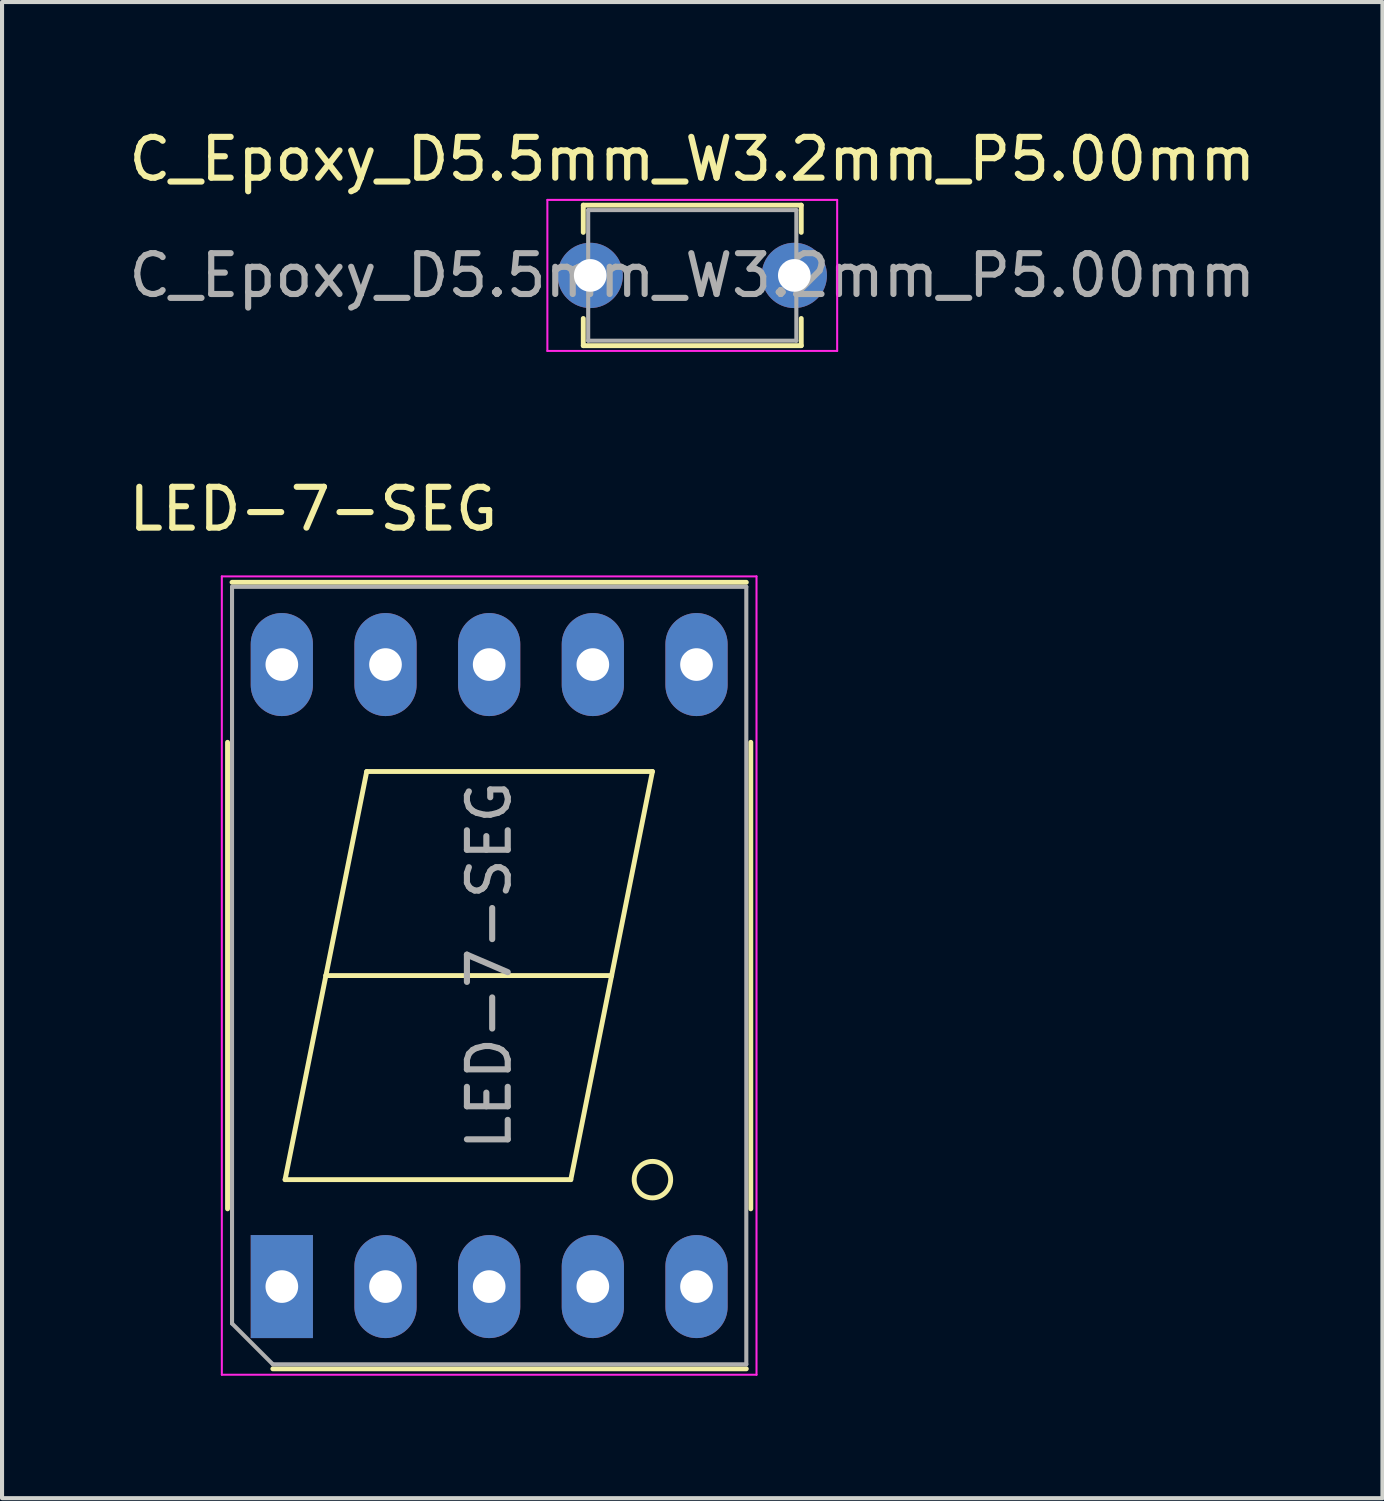
<source format=kicad_pcb>
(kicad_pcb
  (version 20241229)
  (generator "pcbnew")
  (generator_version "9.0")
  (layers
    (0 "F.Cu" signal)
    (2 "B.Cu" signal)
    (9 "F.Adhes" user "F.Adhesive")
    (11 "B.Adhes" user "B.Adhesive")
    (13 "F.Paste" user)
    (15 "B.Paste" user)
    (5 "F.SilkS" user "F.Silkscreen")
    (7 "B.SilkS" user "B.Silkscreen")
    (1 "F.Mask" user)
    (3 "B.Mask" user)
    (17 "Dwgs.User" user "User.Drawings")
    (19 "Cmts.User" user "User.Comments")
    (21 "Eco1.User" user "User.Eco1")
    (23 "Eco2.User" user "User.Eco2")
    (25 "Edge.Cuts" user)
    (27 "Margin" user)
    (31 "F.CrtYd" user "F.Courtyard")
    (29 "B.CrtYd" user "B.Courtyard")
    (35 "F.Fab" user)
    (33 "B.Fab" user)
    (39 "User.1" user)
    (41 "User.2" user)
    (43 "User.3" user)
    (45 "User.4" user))
  (footprint "LED-7-SEG"
    (layer "F.Cu")
    (at 8.435 20.852)
    (property "Reference" "LED-7-SEG" (at -3.81 -11.43 180) (layer "F.SilkS") (effects (font (size 1 1) (thickness 0.15))))
    (attr through_hole)
    (fp_line (start -5.91 5.715) (end -5.91 -5.715) (stroke (width 0.12) (type solid)) (layer "F.SilkS"))
    (fp_line (start -4.8 9.635) (end 6.8 9.635) (stroke (width 0.12) (type solid)) (layer "F.SilkS"))
    (fp_line (start -4.5 5) (end 2.5 5) (stroke (width 0.12) (type solid)) (layer "F.SilkS"))
    (fp_line (start -3.5 0) (end -4.5 5) (stroke (width 0.12) (type solid)) (layer "F.SilkS"))
    (fp_line (start -2.5 -5) (end -3.5 0) (stroke (width 0.12) (type solid)) (layer "F.SilkS"))
    (fp_line (start -2.5 -5) (end 4.5 -5) (stroke (width 0.12) (type solid)) (layer "F.SilkS"))
    (fp_line (start 2.5 5) (end 3.5 0) (stroke (width 0.12) (type solid)) (layer "F.SilkS"))
    (fp_line (start 3.5 0) (end -3.5 0) (stroke (width 0.12) (type solid)) (layer "F.SilkS"))
    (fp_line (start 4.5 -5) (end 3.5 0) (stroke (width 0.12) (type solid)) (layer "F.SilkS"))
    (fp_line (start 6.8 -9.635) (end -5.8 -9.635) (stroke (width 0.12) (type solid)) (layer "F.SilkS"))
    (fp_line (start 6.91 5.715) (end 6.91 -5.715) (stroke (width 0.12) (type solid)) (layer "F.SilkS"))
    (fp_circle (center 4.5 5) (end 4.5 4.553) (stroke (width 0.12) (type solid)) (fill no) (layer "F.SilkS"))
    (fp_line (start -6.05 -9.78) (end 7.05 -9.78) (stroke (width 0.05) (type solid)) (layer "F.CrtYd"))
    (fp_line (start -6.05 9.78) (end -6.05 -9.78) (stroke (width 0.05) (type solid)) (layer "F.CrtYd"))
    (fp_line (start -6.05 9.78) (end 7.05 9.78) (stroke (width 0.05) (type solid)) (layer "F.CrtYd"))
    (fp_line (start 7.05 9.78) (end 7.05 -9.78) (stroke (width 0.05) (type solid)) (layer "F.CrtYd"))
    (fp_line (start -5.8 8.525) (end -5.8 -9.525) (stroke (width 0.1) (type solid)) (layer "F.Fab"))
    (fp_line (start -5.8 8.525) (end -4.8 9.525) (stroke (width 0.1) (type solid)) (layer "F.Fab"))
    (fp_line (start -4.8 9.525) (end 6.8 9.525) (stroke (width 0.1) (type solid)) (layer "F.Fab"))
    (fp_line (start 6.8 -9.525) (end -5.8 -9.525) (stroke (width 0.1) (type solid)) (layer "F.Fab"))
    (fp_line (start 6.8 9.525) (end 6.8 -9.525) (stroke (width 0.1) (type solid)) (layer "F.Fab"))
    (fp_text user "${REFERENCE}" (at 0.5 -0.25 90) (layer "F.Fab") (effects (font (size 1 1) (thickness 0.15))))
    (pad "1" thru_hole rect (at -4.58 7.62) (size 1.524 2.524) (drill 0.8) (layers "*.Cu" "*.Mask"))
    (pad "2" thru_hole oval (at -2.04 7.62) (size 1.524 2.524) (drill 0.8) (layers "*.Cu" "*.Mask"))
    (pad "3" thru_hole oval (at 0.5 7.62) (size 1.524 2.524) (drill 0.8) (layers "*.Cu" "*.Mask"))
    (pad "4" thru_hole oval (at 3.04 7.62) (size 1.524 2.524) (drill 0.8) (layers "*.Cu" "*.Mask"))
    (pad "5" thru_hole oval (at 5.58 7.62) (size 1.524 2.524) (drill 0.8) (layers "*.Cu" "*.Mask"))
    (pad "6" thru_hole oval (at 5.58 -7.62) (size 1.524 2.524) (drill 0.8) (layers "*.Cu" "*.Mask"))
    (pad "7" thru_hole oval (at 3.04 -7.62) (size 1.524 2.524) (drill 0.8) (layers "*.Cu" "*.Mask"))
    (pad "8" thru_hole oval (at 0.5 -7.62) (size 1.524 2.524) (drill 0.8) (layers "*.Cu" "*.Mask"))
    (pad "9" thru_hole oval (at -2.04 -7.62) (size 1.524 2.524) (drill 0.8) (layers "*.Cu" "*.Mask"))
    (pad "10" thru_hole oval (at -4.58 -7.62) (size 1.524 2.524) (drill 0.8) (layers "*.Cu" "*.Mask")))
  (footprint "C_Epoxy_D5.5mm_W3.2mm_P5.00mm"
    (layer "F.Cu")
    (at 11.411 3.698)
    (property "Reference" "C_Epoxy_D5.5mm_W3.2mm_P5.00mm" (at 2.5 -2.85 0) (layer "F.SilkS") (effects (font (size 1 1) (thickness 0.15))))
    (attr through_hole)
    (fp_line (start -0.17 -1.721) (end -0.17 -1.055) (stroke (width 0.12) (type solid)) (layer "F.SilkS"))
    (fp_line (start -0.17 -1.721) (end 5.17 -1.721) (stroke (width 0.12) (type solid)) (layer "F.SilkS"))
    (fp_line (start -0.17 1.055) (end -0.17 1.721) (stroke (width 0.12) (type solid)) (layer "F.SilkS"))
    (fp_line (start -0.17 1.721) (end 5.17 1.721) (stroke (width 0.12) (type solid)) (layer "F.SilkS"))
    (fp_line (start 5.17 -1.721) (end 5.17 -1.055) (stroke (width 0.12) (type solid)) (layer "F.SilkS"))
    (fp_line (start 5.17 1.055) (end 5.17 1.721) (stroke (width 0.12) (type solid)) (layer "F.SilkS"))
    (fp_line (start -1.05 -1.85) (end -1.05 1.85) (stroke (width 0.05) (type solid)) (layer "F.CrtYd"))
    (fp_line (start -1.05 1.85) (end 6.05 1.85) (stroke (width 0.05) (type solid)) (layer "F.CrtYd"))
    (fp_line (start 6.05 -1.85) (end -1.05 -1.85) (stroke (width 0.05) (type solid)) (layer "F.CrtYd"))
    (fp_line (start 6.05 1.85) (end 6.05 -1.85) (stroke (width 0.05) (type solid)) (layer "F.CrtYd"))
    (fp_line (start -0.05 -1.6) (end -0.05 1.6) (stroke (width 0.1) (type solid)) (layer "F.Fab"))
    (fp_line (start -0.05 1.6) (end 5.05 1.6) (stroke (width 0.1) (type solid)) (layer "F.Fab"))
    (fp_line (start 5.05 -1.6) (end -0.05 -1.6) (stroke (width 0.1) (type solid)) (layer "F.Fab"))
    (fp_line (start 5.05 1.6) (end 5.05 -1.6) (stroke (width 0.1) (type solid)) (layer "F.Fab"))
    (fp_text user "${REFERENCE}" (at 2.5 0 0) (layer "F.Fab") (effects (font (size 1 1) (thickness 0.15))))
    (pad "1" thru_hole circle (at 0 0) (size 1.6 1.6) (drill 0.8) (layers "*.Cu" "*.Mask"))
    (pad "2" thru_hole circle (at 5 0) (size 1.6 1.6) (drill 0.8) (layers "*.Cu" "*.Mask")))
  (gr_rect
    (start -3 -3)
    (end 30.821 33.657)
    (stroke (width 0.1) (type default))
    (fill no)
    (layer "Edge.Cuts")))
</source>
